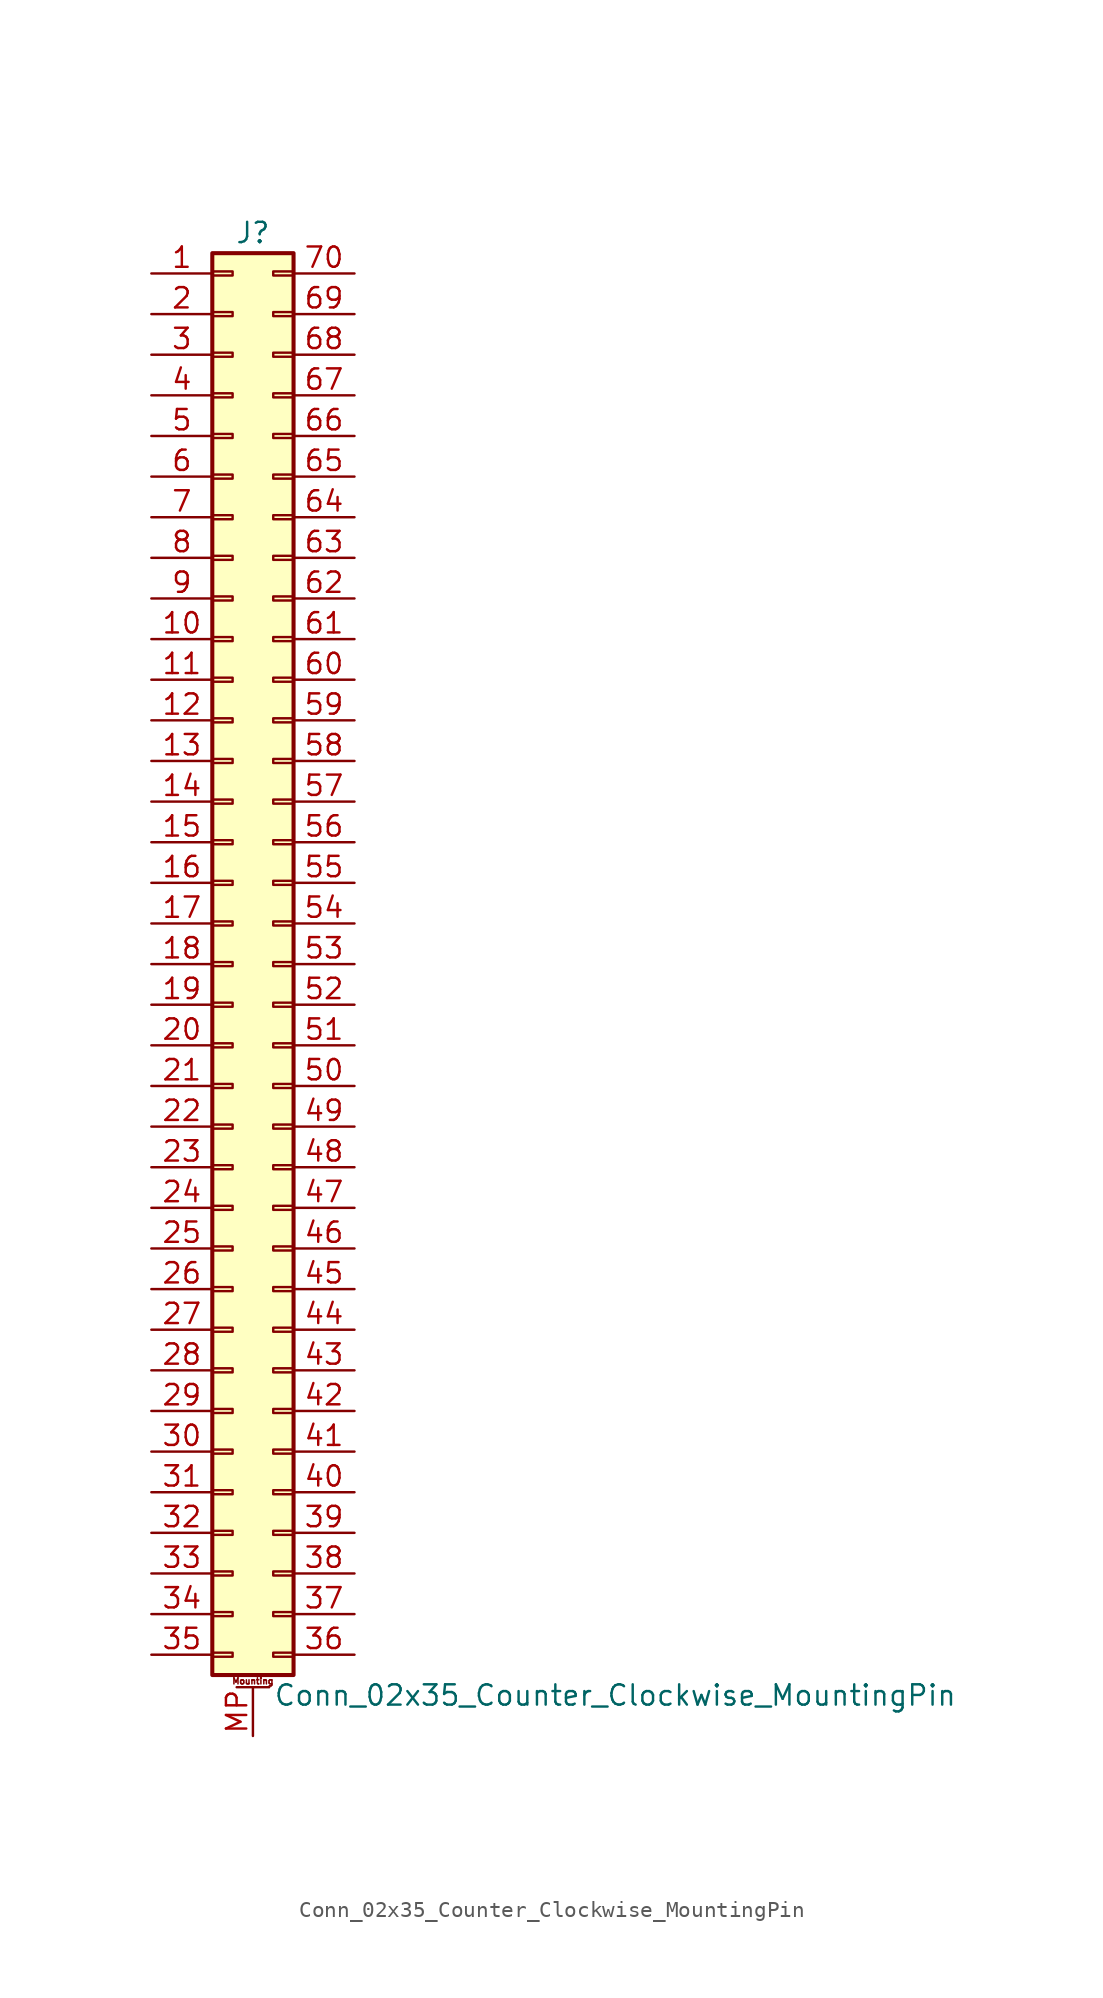
<source format=kicad_sym>
(kicad_symbol_lib
  (version 20211014)
  (generator kicad_symbol_editor)
  (symbol "Conn_02x35_Counter_Clockwise_MountingPin"
    (pin_names
      (offset 1.016) hide)
    (property "Reference" "J"
      (at 1.27 45.72 0)
      (effects (font (size 1.27 1.27))))
    (property "Value" "Conn_02x35_Counter_Clockwise_MountingPin"
      (at 2.54 -45.72 0)
      (effects (font (size 1.27 1.27)) (justify left)))
    (symbol "Conn_02x35_Counter_Clockwise_MountingPin_1_1"
      (rectangle (start -1.27 -43.053) (end 0 -43.307) (stroke (width 0.152) (type default) (color 0 0 0 0)) (fill (type none)))
      (rectangle (start -1.27 -40.513) (end 0 -40.767) (stroke (width 0.152) (type default) (color 0 0 0 0)) (fill (type none)))
      (rectangle (start -1.27 -37.973) (end 0 -38.227) (stroke (width 0.152) (type default) (color 0 0 0 0)) (fill (type none)))
      (rectangle (start -1.27 -35.433) (end 0 -35.687) (stroke (width 0.152) (type default) (color 0 0 0 0)) (fill (type none)))
      (rectangle (start -1.27 -32.893) (end 0 -33.147) (stroke (width 0.152) (type default) (color 0 0 0 0)) (fill (type none)))
      (rectangle (start -1.27 -30.353) (end 0 -30.607) (stroke (width 0.152) (type default) (color 0 0 0 0)) (fill (type none)))
      (rectangle (start -1.27 -27.813) (end 0 -28.067) (stroke (width 0.152) (type default) (color 0 0 0 0)) (fill (type none)))
      (rectangle (start -1.27 -25.273) (end 0 -25.527) (stroke (width 0.152) (type default) (color 0 0 0 0)) (fill (type none)))
      (rectangle (start -1.27 -22.733) (end 0 -22.987) (stroke (width 0.152) (type default) (color 0 0 0 0)) (fill (type none)))
      (rectangle (start -1.27 -20.193) (end 0 -20.447) (stroke (width 0.152) (type default) (color 0 0 0 0)) (fill (type none)))
      (rectangle (start -1.27 -17.653) (end 0 -17.907) (stroke (width 0.152) (type default) (color 0 0 0 0)) (fill (type none)))
      (rectangle (start -1.27 -15.113) (end 0 -15.367) (stroke (width 0.152) (type default) (color 0 0 0 0)) (fill (type none)))
      (rectangle (start -1.27 -12.573) (end 0 -12.827) (stroke (width 0.152) (type default) (color 0 0 0 0)) (fill (type none)))
      (rectangle (start -1.27 -10.033) (end 0 -10.287) (stroke (width 0.152) (type default) (color 0 0 0 0)) (fill (type none)))
      (rectangle (start -1.27 -7.493) (end 0 -7.747) (stroke (width 0.152) (type default) (color 0 0 0 0)) (fill (type none)))
      (rectangle (start -1.27 -4.953) (end 0 -5.207) (stroke (width 0.152) (type default) (color 0 0 0 0)) (fill (type none)))
      (rectangle (start -1.27 -2.413) (end 0 -2.667) (stroke (width 0.152) (type default) (color 0 0 0 0)) (fill (type none)))
      (rectangle (start -1.27 0.127) (end 0 -0.127) (stroke (width 0.152) (type default) (color 0 0 0 0)) (fill (type none)))
      (rectangle (start -1.27 2.667) (end 0 2.413) (stroke (width 0.152) (type default) (color 0 0 0 0)) (fill (type none)))
      (rectangle (start -1.27 5.207) (end 0 4.953) (stroke (width 0.152) (type default) (color 0 0 0 0)) (fill (type none)))
      (rectangle (start -1.27 7.747) (end 0 7.493) (stroke (width 0.152) (type default) (color 0 0 0 0)) (fill (type none)))
      (rectangle (start -1.27 10.287) (end 0 10.033) (stroke (width 0.152) (type default) (color 0 0 0 0)) (fill (type none)))
      (rectangle (start -1.27 12.827) (end 0 12.573) (stroke (width 0.152) (type default) (color 0 0 0 0)) (fill (type none)))
      (rectangle (start -1.27 15.367) (end 0 15.113) (stroke (width 0.152) (type default) (color 0 0 0 0)) (fill (type none)))
      (rectangle (start -1.27 17.907) (end 0 17.653) (stroke (width 0.152) (type default) (color 0 0 0 0)) (fill (type none)))
      (rectangle (start -1.27 20.447) (end 0 20.193) (stroke (width 0.152) (type default) (color 0 0 0 0)) (fill (type none)))
      (rectangle (start -1.27 22.987) (end 0 22.733) (stroke (width 0.152) (type default) (color 0 0 0 0)) (fill (type none)))
      (rectangle (start -1.27 25.527) (end 0 25.273) (stroke (width 0.152) (type default) (color 0 0 0 0)) (fill (type none)))
      (rectangle (start -1.27 28.067) (end 0 27.813) (stroke (width 0.152) (type default) (color 0 0 0 0)) (fill (type none)))
      (rectangle (start -1.27 30.607) (end 0 30.353) (stroke (width 0.152) (type default) (color 0 0 0 0)) (fill (type none)))
      (rectangle (start -1.27 33.147) (end 0 32.893) (stroke (width 0.152) (type default) (color 0 0 0 0)) (fill (type none)))
      (rectangle (start -1.27 35.687) (end 0 35.433) (stroke (width 0.152) (type default) (color 0 0 0 0)) (fill (type none)))
      (rectangle (start -1.27 38.227) (end 0 37.973) (stroke (width 0.152) (type default) (color 0 0 0 0)) (fill (type none)))
      (rectangle (start -1.27 40.767) (end 0 40.513) (stroke (width 0.152) (type default) (color 0 0 0 0)) (fill (type none)))
      (rectangle (start -1.27 43.307) (end 0 43.053) (stroke (width 0.152) (type default) (color 0 0 0 0)) (fill (type none)))
      (rectangle (start -1.27 44.45) (end 3.81 -44.45) (stroke (width 0.254) (type default) (color 0 0 0 0)) (fill (type background)))
      (polyline (pts (xy 0.254 -45.212) (xy 2.286 -45.212)) (stroke (width 0.152) (type default) (color 0 0 0 0)) (fill (type none)))
      (rectangle (start 3.81 -43.053) (end 2.54 -43.307) (stroke (width 0.152) (type default) (color 0 0 0 0)) (fill (type none)))
      (rectangle (start 3.81 -40.513) (end 2.54 -40.767) (stroke (width 0.152) (type default) (color 0 0 0 0)) (fill (type none)))
      (rectangle (start 3.81 -37.973) (end 2.54 -38.227) (stroke (width 0.152) (type default) (color 0 0 0 0)) (fill (type none)))
      (rectangle (start 3.81 -35.433) (end 2.54 -35.687) (stroke (width 0.152) (type default) (color 0 0 0 0)) (fill (type none)))
      (rectangle (start 3.81 -32.893) (end 2.54 -33.147) (stroke (width 0.152) (type default) (color 0 0 0 0)) (fill (type none)))
      (rectangle (start 3.81 -30.353) (end 2.54 -30.607) (stroke (width 0.152) (type default) (color 0 0 0 0)) (fill (type none)))
      (rectangle (start 3.81 -27.813) (end 2.54 -28.067) (stroke (width 0.152) (type default) (color 0 0 0 0)) (fill (type none)))
      (rectangle (start 3.81 -25.273) (end 2.54 -25.527) (stroke (width 0.152) (type default) (color 0 0 0 0)) (fill (type none)))
      (rectangle (start 3.81 -22.733) (end 2.54 -22.987) (stroke (width 0.152) (type default) (color 0 0 0 0)) (fill (type none)))
      (rectangle (start 3.81 -20.193) (end 2.54 -20.447) (stroke (width 0.152) (type default) (color 0 0 0 0)) (fill (type none)))
      (rectangle (start 3.81 -17.653) (end 2.54 -17.907) (stroke (width 0.152) (type default) (color 0 0 0 0)) (fill (type none)))
      (rectangle (start 3.81 -15.113) (end 2.54 -15.367) (stroke (width 0.152) (type default) (color 0 0 0 0)) (fill (type none)))
      (rectangle (start 3.81 -12.573) (end 2.54 -12.827) (stroke (width 0.152) (type default) (color 0 0 0 0)) (fill (type none)))
      (rectangle (start 3.81 -10.033) (end 2.54 -10.287) (stroke (width 0.152) (type default) (color 0 0 0 0)) (fill (type none)))
      (rectangle (start 3.81 -7.493) (end 2.54 -7.747) (stroke (width 0.152) (type default) (color 0 0 0 0)) (fill (type none)))
      (rectangle (start 3.81 -4.953) (end 2.54 -5.207) (stroke (width 0.152) (type default) (color 0 0 0 0)) (fill (type none)))
      (rectangle (start 3.81 -2.413) (end 2.54 -2.667) (stroke (width 0.152) (type default) (color 0 0 0 0)) (fill (type none)))
      (rectangle (start 3.81 0.127) (end 2.54 -0.127) (stroke (width 0.152) (type default) (color 0 0 0 0)) (fill (type none)))
      (rectangle (start 3.81 2.667) (end 2.54 2.413) (stroke (width 0.152) (type default) (color 0 0 0 0)) (fill (type none)))
      (rectangle (start 3.81 5.207) (end 2.54 4.953) (stroke (width 0.152) (type default) (color 0 0 0 0)) (fill (type none)))
      (rectangle (start 3.81 7.747) (end 2.54 7.493) (stroke (width 0.152) (type default) (color 0 0 0 0)) (fill (type none)))
      (rectangle (start 3.81 10.287) (end 2.54 10.033) (stroke (width 0.152) (type default) (color 0 0 0 0)) (fill (type none)))
      (rectangle (start 3.81 12.827) (end 2.54 12.573) (stroke (width 0.152) (type default) (color 0 0 0 0)) (fill (type none)))
      (rectangle (start 3.81 15.367) (end 2.54 15.113) (stroke (width 0.152) (type default) (color 0 0 0 0)) (fill (type none)))
      (rectangle (start 3.81 17.907) (end 2.54 17.653) (stroke (width 0.152) (type default) (color 0 0 0 0)) (fill (type none)))
      (rectangle (start 3.81 20.447) (end 2.54 20.193) (stroke (width 0.152) (type default) (color 0 0 0 0)) (fill (type none)))
      (rectangle (start 3.81 22.987) (end 2.54 22.733) (stroke (width 0.152) (type default) (color 0 0 0 0)) (fill (type none)))
      (rectangle (start 3.81 25.527) (end 2.54 25.273) (stroke (width 0.152) (type default) (color 0 0 0 0)) (fill (type none)))
      (rectangle (start 3.81 28.067) (end 2.54 27.813) (stroke (width 0.152) (type default) (color 0 0 0 0)) (fill (type none)))
      (rectangle (start 3.81 30.607) (end 2.54 30.353) (stroke (width 0.152) (type default) (color 0 0 0 0)) (fill (type none)))
      (rectangle (start 3.81 33.147) (end 2.54 32.893) (stroke (width 0.152) (type default) (color 0 0 0 0)) (fill (type none)))
      (rectangle (start 3.81 35.687) (end 2.54 35.433) (stroke (width 0.152) (type default) (color 0 0 0 0)) (fill (type none)))
      (rectangle (start 3.81 38.227) (end 2.54 37.973) (stroke (width 0.152) (type default) (color 0 0 0 0)) (fill (type none)))
      (rectangle (start 3.81 40.767) (end 2.54 40.513) (stroke (width 0.152) (type default) (color 0 0 0 0)) (fill (type none)))
      (rectangle (start 3.81 43.307) (end 2.54 43.053) (stroke (width 0.152) (type default) (color 0 0 0 0)) (fill (type none)))
      (text "Mounting" (at 1.27 -44.831 0) (effects (font (size 0.381 0.381))))
      (pin passive line (at -5.08 43.18 0) (length 3.81) (name "Pin_1" (effects (font (size 1.27 1.27)))) (number "1" (effects (font (size 1.27 1.27)))))
      (pin passive line (at -5.08 20.32 0) (length 3.81) (name "Pin_10" (effects (font (size 1.27 1.27)))) (number "10" (effects (font (size 1.27 1.27)))))
      (pin passive line (at -5.08 17.78 0) (length 3.81) (name "Pin_11" (effects (font (size 1.27 1.27)))) (number "11" (effects (font (size 1.27 1.27)))))
      (pin passive line (at -5.08 15.24 0) (length 3.81) (name "Pin_12" (effects (font (size 1.27 1.27)))) (number "12" (effects (font (size 1.27 1.27)))))
      (pin passive line (at -5.08 12.7 0) (length 3.81) (name "Pin_13" (effects (font (size 1.27 1.27)))) (number "13" (effects (font (size 1.27 1.27)))))
      (pin passive line (at -5.08 10.16 0) (length 3.81) (name "Pin_14" (effects (font (size 1.27 1.27)))) (number "14" (effects (font (size 1.27 1.27)))))
      (pin passive line (at -5.08 7.62 0) (length 3.81) (name "Pin_15" (effects (font (size 1.27 1.27)))) (number "15" (effects (font (size 1.27 1.27)))))
      (pin passive line (at -5.08 5.08 0) (length 3.81) (name "Pin_16" (effects (font (size 1.27 1.27)))) (number "16" (effects (font (size 1.27 1.27)))))
      (pin passive line (at -5.08 2.54 0) (length 3.81) (name "Pin_17" (effects (font (size 1.27 1.27)))) (number "17" (effects (font (size 1.27 1.27)))))
      (pin passive line (at -5.08 0 0) (length 3.81) (name "Pin_18" (effects (font (size 1.27 1.27)))) (number "18" (effects (font (size 1.27 1.27)))))
      (pin passive line (at -5.08 -2.54 0) (length 3.81) (name "Pin_19" (effects (font (size 1.27 1.27)))) (number "19" (effects (font (size 1.27 1.27)))))
      (pin passive line (at -5.08 40.64 0) (length 3.81) (name "Pin_2" (effects (font (size 1.27 1.27)))) (number "2" (effects (font (size 1.27 1.27)))))
      (pin passive line (at -5.08 -5.08 0) (length 3.81) (name "Pin_20" (effects (font (size 1.27 1.27)))) (number "20" (effects (font (size 1.27 1.27)))))
      (pin passive line (at -5.08 -7.62 0) (length 3.81) (name "Pin_21" (effects (font (size 1.27 1.27)))) (number "21" (effects (font (size 1.27 1.27)))))
      (pin passive line (at -5.08 -10.16 0) (length 3.81) (name "Pin_22" (effects (font (size 1.27 1.27)))) (number "22" (effects (font (size 1.27 1.27)))))
      (pin passive line (at -5.08 -12.7 0) (length 3.81) (name "Pin_23" (effects (font (size 1.27 1.27)))) (number "23" (effects (font (size 1.27 1.27)))))
      (pin passive line (at -5.08 -15.24 0) (length 3.81) (name "Pin_24" (effects (font (size 1.27 1.27)))) (number "24" (effects (font (size 1.27 1.27)))))
      (pin passive line (at -5.08 -17.78 0) (length 3.81) (name "Pin_25" (effects (font (size 1.27 1.27)))) (number "25" (effects (font (size 1.27 1.27)))))
      (pin passive line (at -5.08 -20.32 0) (length 3.81) (name "Pin_26" (effects (font (size 1.27 1.27)))) (number "26" (effects (font (size 1.27 1.27)))))
      (pin passive line (at -5.08 -22.86 0) (length 3.81) (name "Pin_27" (effects (font (size 1.27 1.27)))) (number "27" (effects (font (size 1.27 1.27)))))
      (pin passive line (at -5.08 -25.4 0) (length 3.81) (name "Pin_28" (effects (font (size 1.27 1.27)))) (number "28" (effects (font (size 1.27 1.27)))))
      (pin passive line (at -5.08 -27.94 0) (length 3.81) (name "Pin_29" (effects (font (size 1.27 1.27)))) (number "29" (effects (font (size 1.27 1.27)))))
      (pin passive line (at -5.08 38.1 0) (length 3.81) (name "Pin_3" (effects (font (size 1.27 1.27)))) (number "3" (effects (font (size 1.27 1.27)))))
      (pin passive line (at -5.08 -30.48 0) (length 3.81) (name "Pin_30" (effects (font (size 1.27 1.27)))) (number "30" (effects (font (size 1.27 1.27)))))
      (pin passive line (at -5.08 -33.02 0) (length 3.81) (name "Pin_31" (effects (font (size 1.27 1.27)))) (number "31" (effects (font (size 1.27 1.27)))))
      (pin passive line (at -5.08 -35.56 0) (length 3.81) (name "Pin_32" (effects (font (size 1.27 1.27)))) (number "32" (effects (font (size 1.27 1.27)))))
      (pin passive line (at -5.08 -38.1 0) (length 3.81) (name "Pin_33" (effects (font (size 1.27 1.27)))) (number "33" (effects (font (size 1.27 1.27)))))
      (pin passive line (at -5.08 -40.64 0) (length 3.81) (name "Pin_34" (effects (font (size 1.27 1.27)))) (number "34" (effects (font (size 1.27 1.27)))))
      (pin passive line (at -5.08 -43.18 0) (length 3.81) (name "Pin_35" (effects (font (size 1.27 1.27)))) (number "35" (effects (font (size 1.27 1.27)))))
      (pin passive line (at 7.62 -43.18 180) (length 3.81) (name "Pin_36" (effects (font (size 1.27 1.27)))) (number "36" (effects (font (size 1.27 1.27)))))
      (pin passive line (at 7.62 -40.64 180) (length 3.81) (name "Pin_37" (effects (font (size 1.27 1.27)))) (number "37" (effects (font (size 1.27 1.27)))))
      (pin passive line (at 7.62 -38.1 180) (length 3.81) (name "Pin_38" (effects (font (size 1.27 1.27)))) (number "38" (effects (font (size 1.27 1.27)))))
      (pin passive line (at 7.62 -35.56 180) (length 3.81) (name "Pin_39" (effects (font (size 1.27 1.27)))) (number "39" (effects (font (size 1.27 1.27)))))
      (pin passive line (at -5.08 35.56 0) (length 3.81) (name "Pin_4" (effects (font (size 1.27 1.27)))) (number "4" (effects (font (size 1.27 1.27)))))
      (pin passive line (at 7.62 -33.02 180) (length 3.81) (name "Pin_40" (effects (font (size 1.27 1.27)))) (number "40" (effects (font (size 1.27 1.27)))))
      (pin passive line (at 7.62 -30.48 180) (length 3.81) (name "Pin_41" (effects (font (size 1.27 1.27)))) (number "41" (effects (font (size 1.27 1.27)))))
      (pin passive line (at 7.62 -27.94 180) (length 3.81) (name "Pin_42" (effects (font (size 1.27 1.27)))) (number "42" (effects (font (size 1.27 1.27)))))
      (pin passive line (at 7.62 -25.4 180) (length 3.81) (name "Pin_43" (effects (font (size 1.27 1.27)))) (number "43" (effects (font (size 1.27 1.27)))))
      (pin passive line (at 7.62 -22.86 180) (length 3.81) (name "Pin_44" (effects (font (size 1.27 1.27)))) (number "44" (effects (font (size 1.27 1.27)))))
      (pin passive line (at 7.62 -20.32 180) (length 3.81) (name "Pin_45" (effects (font (size 1.27 1.27)))) (number "45" (effects (font (size 1.27 1.27)))))
      (pin passive line (at 7.62 -17.78 180) (length 3.81) (name "Pin_46" (effects (font (size 1.27 1.27)))) (number "46" (effects (font (size 1.27 1.27)))))
      (pin passive line (at 7.62 -15.24 180) (length 3.81) (name "Pin_47" (effects (font (size 1.27 1.27)))) (number "47" (effects (font (size 1.27 1.27)))))
      (pin passive line (at 7.62 -12.7 180) (length 3.81) (name "Pin_48" (effects (font (size 1.27 1.27)))) (number "48" (effects (font (size 1.27 1.27)))))
      (pin passive line (at 7.62 -10.16 180) (length 3.81) (name "Pin_49" (effects (font (size 1.27 1.27)))) (number "49" (effects (font (size 1.27 1.27)))))
      (pin passive line (at -5.08 33.02 0) (length 3.81) (name "Pin_5" (effects (font (size 1.27 1.27)))) (number "5" (effects (font (size 1.27 1.27)))))
      (pin passive line (at 7.62 -7.62 180) (length 3.81) (name "Pin_50" (effects (font (size 1.27 1.27)))) (number "50" (effects (font (size 1.27 1.27)))))
      (pin passive line (at 7.62 -5.08 180) (length 3.81) (name "Pin_51" (effects (font (size 1.27 1.27)))) (number "51" (effects (font (size 1.27 1.27)))))
      (pin passive line (at 7.62 -2.54 180) (length 3.81) (name "Pin_52" (effects (font (size 1.27 1.27)))) (number "52" (effects (font (size 1.27 1.27)))))
      (pin passive line (at 7.62 0 180) (length 3.81) (name "Pin_53" (effects (font (size 1.27 1.27)))) (number "53" (effects (font (size 1.27 1.27)))))
      (pin passive line (at 7.62 2.54 180) (length 3.81) (name "Pin_54" (effects (font (size 1.27 1.27)))) (number "54" (effects (font (size 1.27 1.27)))))
      (pin passive line (at 7.62 5.08 180) (length 3.81) (name "Pin_55" (effects (font (size 1.27 1.27)))) (number "55" (effects (font (size 1.27 1.27)))))
      (pin passive line (at 7.62 7.62 180) (length 3.81) (name "Pin_56" (effects (font (size 1.27 1.27)))) (number "56" (effects (font (size 1.27 1.27)))))
      (pin passive line (at 7.62 10.16 180) (length 3.81) (name "Pin_57" (effects (font (size 1.27 1.27)))) (number "57" (effects (font (size 1.27 1.27)))))
      (pin passive line (at 7.62 12.7 180) (length 3.81) (name "Pin_58" (effects (font (size 1.27 1.27)))) (number "58" (effects (font (size 1.27 1.27)))))
      (pin passive line (at 7.62 15.24 180) (length 3.81) (name "Pin_59" (effects (font (size 1.27 1.27)))) (number "59" (effects (font (size 1.27 1.27)))))
      (pin passive line (at -5.08 30.48 0) (length 3.81) (name "Pin_6" (effects (font (size 1.27 1.27)))) (number "6" (effects (font (size 1.27 1.27)))))
      (pin passive line (at 7.62 17.78 180) (length 3.81) (name "Pin_60" (effects (font (size 1.27 1.27)))) (number "60" (effects (font (size 1.27 1.27)))))
      (pin passive line (at 7.62 20.32 180) (length 3.81) (name "Pin_61" (effects (font (size 1.27 1.27)))) (number "61" (effects (font (size 1.27 1.27)))))
      (pin passive line (at 7.62 22.86 180) (length 3.81) (name "Pin_62" (effects (font (size 1.27 1.27)))) (number "62" (effects (font (size 1.27 1.27)))))
      (pin passive line (at 7.62 25.4 180) (length 3.81) (name "Pin_63" (effects (font (size 1.27 1.27)))) (number "63" (effects (font (size 1.27 1.27)))))
      (pin passive line (at 7.62 27.94 180) (length 3.81) (name "Pin_64" (effects (font (size 1.27 1.27)))) (number "64" (effects (font (size 1.27 1.27)))))
      (pin passive line (at 7.62 30.48 180) (length 3.81) (name "Pin_65" (effects (font (size 1.27 1.27)))) (number "65" (effects (font (size 1.27 1.27)))))
      (pin passive line (at 7.62 33.02 180) (length 3.81) (name "Pin_66" (effects (font (size 1.27 1.27)))) (number "66" (effects (font (size 1.27 1.27)))))
      (pin passive line (at 7.62 35.56 180) (length 3.81) (name "Pin_67" (effects (font (size 1.27 1.27)))) (number "67" (effects (font (size 1.27 1.27)))))
      (pin passive line (at 7.62 38.1 180) (length 3.81) (name "Pin_68" (effects (font (size 1.27 1.27)))) (number "68" (effects (font (size 1.27 1.27)))))
      (pin passive line (at 7.62 40.64 180) (length 3.81) (name "Pin_69" (effects (font (size 1.27 1.27)))) (number "69" (effects (font (size 1.27 1.27)))))
      (pin passive line (at -5.08 27.94 0) (length 3.81) (name "Pin_7" (effects (font (size 1.27 1.27)))) (number "7" (effects (font (size 1.27 1.27)))))
      (pin passive line (at 7.62 43.18 180) (length 3.81) (name "Pin_70" (effects (font (size 1.27 1.27)))) (number "70" (effects (font (size 1.27 1.27)))))
      (pin passive line (at -5.08 25.4 0) (length 3.81) (name "Pin_8" (effects (font (size 1.27 1.27)))) (number "8" (effects (font (size 1.27 1.27)))))
      (pin passive line (at -5.08 22.86 0) (length 3.81) (name "Pin_9" (effects (font (size 1.27 1.27)))) (number "9" (effects (font (size 1.27 1.27)))))
      (pin passive line (at 1.27 -48.26 90) (length 3.048) (name "MountPin" (effects (font (size 1.27 1.27)))) (number "MP" (effects (font (size 1.27 1.27))))))))
</source>
